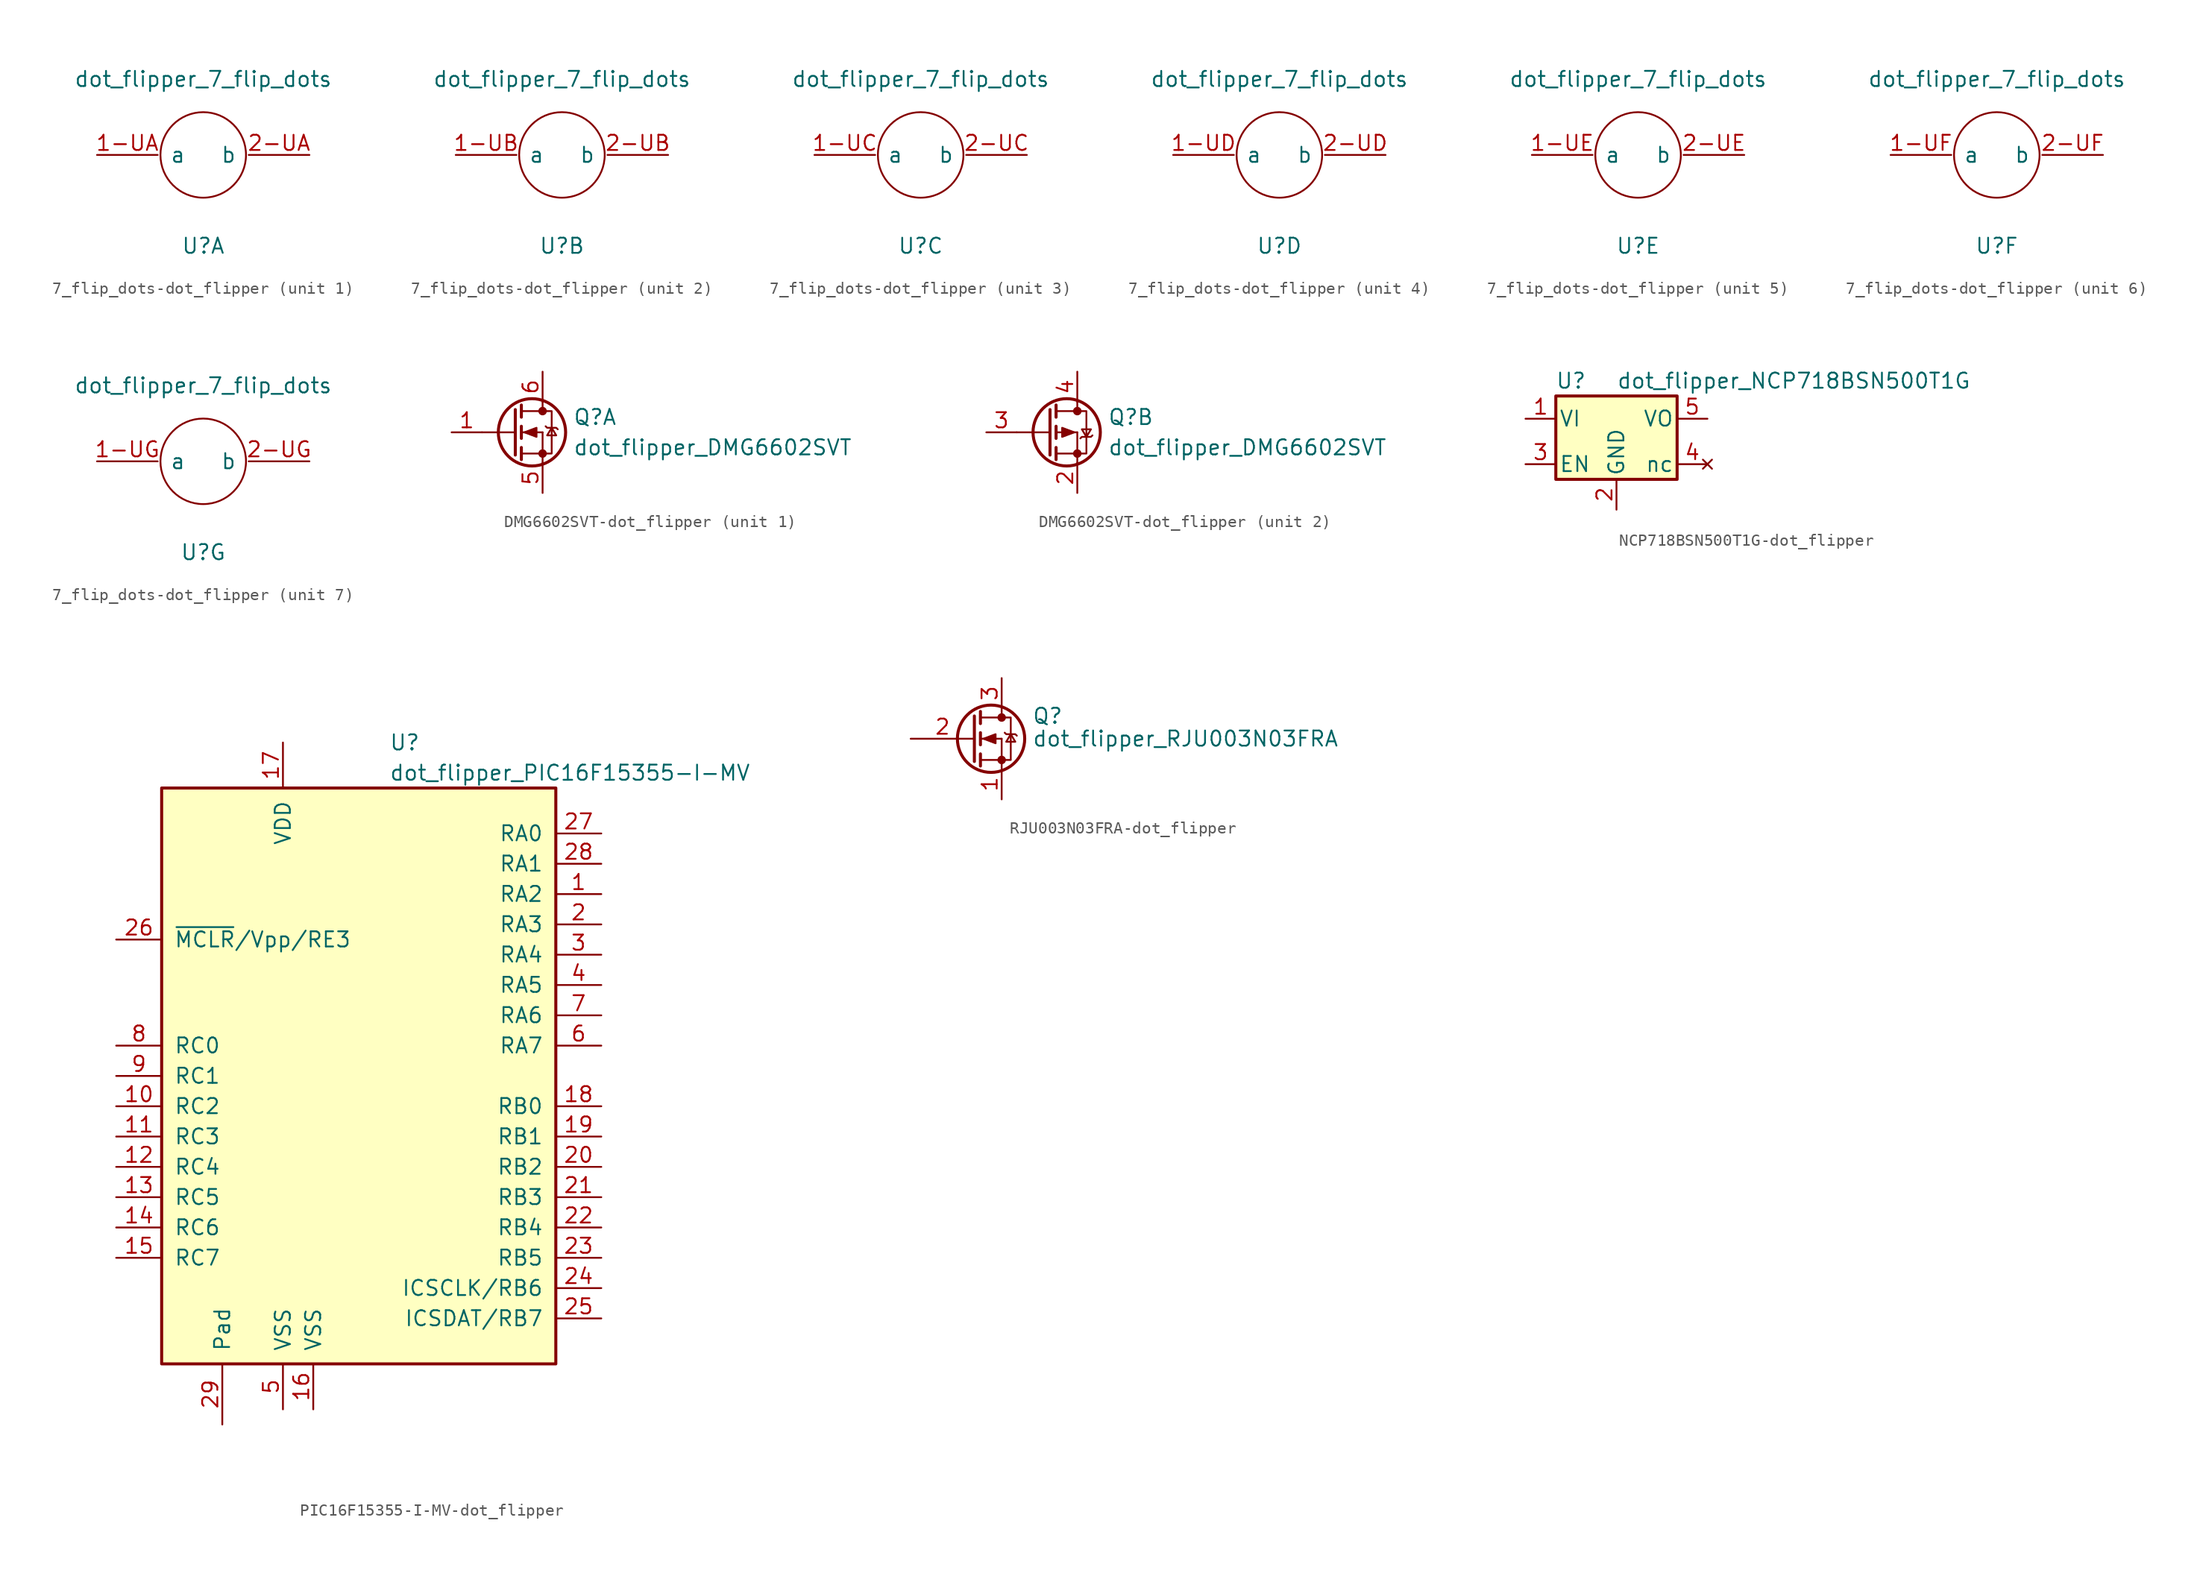
<source format=kicad_sym>
(kicad_symbol_lib
  (version 20231120)
  (generator "kicad_symbol_editor")
  (generator_version "8.0")
  (symbol "7_flip_dots-dot_flipper"
    (pin_names
      (offset 1.016))
    (property "Reference" "U"
      (at 0 -10.16 0)
      (effects (font (size 1.27 1.27))))
    (property "Value" "dot_flipper_7_flip_dots"
      (at 0 3.81 0)
      (effects (font (size 1.27 1.27))))
    (symbol "7_flip_dots-dot_flipper_0_1"
      (circle (center 0 -2.54) (radius 3.581) (stroke (width 0) (type solid)) (fill (type none))))
    (symbol "7_flip_dots-dot_flipper_1_1"
      (pin input line (at -8.89 -2.54 0) (length 5.08) (name "a" (effects (font (size 1.27 1.27)))) (number "1-UA" (effects (font (size 1.27 1.27)))))
      (pin input line (at 8.89 -2.54 180) (length 5.08) (name "b" (effects (font (size 1.27 1.27)))) (number "2-UA" (effects (font (size 1.27 1.27))))))
    (symbol "7_flip_dots-dot_flipper_2_1"
      (pin input line (at -8.89 -2.54 0) (length 5.08) (name "a" (effects (font (size 1.27 1.27)))) (number "1-UB" (effects (font (size 1.27 1.27)))))
      (pin input line (at 8.89 -2.54 180) (length 5.08) (name "b" (effects (font (size 1.27 1.27)))) (number "2-UB" (effects (font (size 1.27 1.27))))))
    (symbol "7_flip_dots-dot_flipper_3_1"
      (pin input line (at -8.89 -2.54 0) (length 5.08) (name "a" (effects (font (size 1.27 1.27)))) (number "1-UC" (effects (font (size 1.27 1.27)))))
      (pin input line (at 8.89 -2.54 180) (length 5.08) (name "b" (effects (font (size 1.27 1.27)))) (number "2-UC" (effects (font (size 1.27 1.27))))))
    (symbol "7_flip_dots-dot_flipper_4_1"
      (pin input line (at -8.89 -2.54 0) (length 5.08) (name "a" (effects (font (size 1.27 1.27)))) (number "1-UD" (effects (font (size 1.27 1.27)))))
      (pin input line (at 8.89 -2.54 180) (length 5.08) (name "b" (effects (font (size 1.27 1.27)))) (number "2-UD" (effects (font (size 1.27 1.27))))))
    (symbol "7_flip_dots-dot_flipper_5_1"
      (pin input line (at -8.89 -2.54 0) (length 5.08) (name "a" (effects (font (size 1.27 1.27)))) (number "1-UE" (effects (font (size 1.27 1.27)))))
      (pin input line (at 8.89 -2.54 180) (length 5.08) (name "b" (effects (font (size 1.27 1.27)))) (number "2-UE" (effects (font (size 1.27 1.27))))))
    (symbol "7_flip_dots-dot_flipper_6_1"
      (pin input line (at -8.89 -2.54 0) (length 5.08) (name "a" (effects (font (size 1.27 1.27)))) (number "1-UF" (effects (font (size 1.27 1.27)))))
      (pin input line (at 8.89 -2.54 180) (length 5.08) (name "b" (effects (font (size 1.27 1.27)))) (number "2-UF" (effects (font (size 1.27 1.27))))))
    (symbol "7_flip_dots-dot_flipper_7_1"
      (pin input line (at -8.89 -2.54 0) (length 5.08) (name "a" (effects (font (size 1.27 1.27)))) (number "1-UG" (effects (font (size 1.27 1.27)))))
      (pin input line (at 8.89 -2.54 180) (length 5.08) (name "b" (effects (font (size 1.27 1.27)))) (number "2-UG" (effects (font (size 1.27 1.27)))))))
  (symbol "DMG6602SVT-dot_flipper"
    (pin_names hide)
    (property "Reference" "Q"
      (at 2.54 1.27 0)
      (effects (font (size 1.27 1.27)) (justify left)))
    (property "Value" "dot_flipper_DMG6602SVT"
      (at 2.54 -1.27 0)
      (effects (font (size 1.27 1.27)) (justify left)))
    (property "ki_locked" ""
      (at 0 0 0)
      (effects (font (size 1.27 1.27))))
    (symbol "DMG6602SVT-dot_flipper_1_1"
      (circle (center -0.889 0) (radius 2.819) (stroke (width 0.254) (type solid)) (fill (type none)))
      (circle (center 0 -1.778) (radius 0.279) (stroke (width 0) (type solid)) (fill (type outline)))
      (polyline (pts (xy -5.08 0) (xy -2.286 0)) (stroke (width 0) (type solid)) (fill (type none)))
      (polyline (pts (xy -1.778 -1.778) (xy 0 -1.778)) (stroke (width 0) (type solid)) (fill (type none)))
      (polyline (pts (xy -1.778 -1.27) (xy -1.778 -2.286)) (stroke (width 0.254) (type solid)) (fill (type none)))
      (polyline (pts (xy -1.778 0) (xy 0 0)) (stroke (width 0) (type solid)) (fill (type none)))
      (polyline (pts (xy -1.778 0.508) (xy -1.778 -0.508)) (stroke (width 0.254) (type solid)) (fill (type none)))
      (polyline (pts (xy -1.778 1.778) (xy 0 1.778)) (stroke (width 0) (type solid)) (fill (type none)))
      (polyline (pts (xy -1.778 2.286) (xy -1.778 1.27)) (stroke (width 0.254) (type solid)) (fill (type none)))
      (polyline (pts (xy 0 -1.778) (xy 0 -2.54)) (stroke (width 0) (type solid)) (fill (type none)))
      (polyline (pts (xy 0 -1.778) (xy 0 0)) (stroke (width 0) (type solid)) (fill (type none)))
      (polyline (pts (xy 0 2.54) (xy 0 1.778)) (stroke (width 0) (type solid)) (fill (type none)))
      (polyline (pts (xy -2.286 1.905) (xy -2.286 -1.905) (xy -2.286 -1.905)) (stroke (width 0.254) (type solid)) (fill (type none)))
      (polyline (pts (xy -1.524 0) (xy -0.508 0.381) (xy -0.508 -0.381) (xy -1.524 0)) (stroke (width 0) (type solid)) (fill (type outline)))
      (polyline (pts (xy 0 -1.778) (xy 0.762 -1.778) (xy 0.762 1.778) (xy 0 1.778)) (stroke (width 0) (type solid)) (fill (type none)))
      (polyline (pts (xy 0.254 0.508) (xy 0.381 0.381) (xy 1.143 0.381) (xy 1.27 0.254)) (stroke (width 0) (type solid)) (fill (type none)))
      (polyline (pts (xy 0.762 0.381) (xy 0.381 -0.254) (xy 1.143 -0.254) (xy 0.762 0.381)) (stroke (width 0) (type solid)) (fill (type none)))
      (circle (center 0 1.778) (radius 0.279) (stroke (width 0) (type solid)) (fill (type outline)))
      (pin passive line (at -7.62 0 0) (length 2.54) (name "G" (effects (font (size 1.27 1.27)))) (number "1" (effects (font (size 1.27 1.27)))))
      (pin passive line (at 0 -5.08 90) (length 2.54) (name "S" (effects (font (size 1.27 1.27)))) (number "5" (effects (font (size 1.27 1.27)))))
      (pin passive line (at 0 5.08 270) (length 2.54) (name "D" (effects (font (size 1.27 1.27)))) (number "6" (effects (font (size 1.27 1.27))))))
    (symbol "DMG6602SVT-dot_flipper_2_1"
      (circle (center -0.889 0) (radius 2.819) (stroke (width 0.254) (type solid)) (fill (type none)))
      (circle (center 0 -1.778) (radius 0.279) (stroke (width 0) (type solid)) (fill (type outline)))
      (polyline (pts (xy -5.08 0) (xy -2.286 0)) (stroke (width 0) (type solid)) (fill (type none)))
      (polyline (pts (xy -1.778 -1.778) (xy 0 -1.778)) (stroke (width 0) (type solid)) (fill (type none)))
      (polyline (pts (xy -1.778 -1.27) (xy -1.778 -2.286)) (stroke (width 0.254) (type solid)) (fill (type none)))
      (polyline (pts (xy -1.778 0) (xy 0 0)) (stroke (width 0) (type solid)) (fill (type none)))
      (polyline (pts (xy -1.778 0.508) (xy -1.778 -0.508)) (stroke (width 0.254) (type solid)) (fill (type none)))
      (polyline (pts (xy -1.778 1.778) (xy 0 1.778)) (stroke (width 0) (type solid)) (fill (type none)))
      (polyline (pts (xy -1.778 2.286) (xy -1.778 1.27)) (stroke (width 0.254) (type solid)) (fill (type none)))
      (polyline (pts (xy 0 -1.778) (xy 0 -2.54)) (stroke (width 0) (type solid)) (fill (type none)))
      (polyline (pts (xy 0 -1.778) (xy 0 0)) (stroke (width 0) (type solid)) (fill (type none)))
      (polyline (pts (xy 0 2.54) (xy 0 1.778)) (stroke (width 0) (type solid)) (fill (type none)))
      (polyline (pts (xy -2.286 1.905) (xy -2.286 -1.905) (xy -2.286 -1.905)) (stroke (width 0.254) (type solid)) (fill (type none)))
      (polyline (pts (xy -0.254 0) (xy -1.27 -0.381) (xy -1.27 0.381) (xy -0.254 0)) (stroke (width 0) (type solid)) (fill (type outline)))
      (polyline (pts (xy 0 -1.778) (xy 0.762 -1.778) (xy 0.762 1.778) (xy 0 1.778)) (stroke (width 0) (type solid)) (fill (type none)))
      (polyline (pts (xy 0.254 -0.508) (xy 0.381 -0.381) (xy 1.143 -0.381) (xy 1.27 -0.254)) (stroke (width 0) (type solid)) (fill (type none)))
      (polyline (pts (xy 0.762 -0.381) (xy 0.381 0.254) (xy 1.143 0.254) (xy 0.762 -0.381)) (stroke (width 0) (type solid)) (fill (type none)))
      (circle (center 0 1.778) (radius 0.279) (stroke (width 0) (type solid)) (fill (type outline)))
      (pin passive line (at 0 -5.08 90) (length 2.54) (name "S" (effects (font (size 1.27 1.27)))) (number "2" (effects (font (size 1.27 1.27)))))
      (pin passive line (at -7.62 0 0) (length 2.54) (name "G" (effects (font (size 1.27 1.27)))) (number "3" (effects (font (size 1.27 1.27)))))
      (pin passive line (at 0 5.08 270) (length 2.54) (name "D" (effects (font (size 1.27 1.27)))) (number "4" (effects (font (size 1.27 1.27)))))))
  (symbol "NCP718BSN500T1G-dot_flipper"
    (pin_names
      (offset 0.254))
    (property "Reference" "U"
      (at -3.81 3.175 0)
      (effects (font (size 1.27 1.27))))
    (property "Value" "dot_flipper_NCP718BSN500T1G"
      (at 0 3.175 0)
      (effects (font (size 1.27 1.27)) (justify left)))
    (symbol "NCP718BSN500T1G-dot_flipper_0_1"
      (rectangle (start -5.08 -5.08) (end 5.08 1.905) (stroke (width 0.254) (type solid)) (fill (type background))))
    (symbol "NCP718BSN500T1G-dot_flipper_1_1"
      (pin power_in line (at -7.62 0 0) (length 2.54) (name "VI" (effects (font (size 1.27 1.27)))) (number "1" (effects (font (size 1.27 1.27)))))
      (pin power_in line (at 0 -7.62 90) (length 2.54) (name "GND" (effects (font (size 1.27 1.27)))) (number "2" (effects (font (size 1.27 1.27)))))
      (pin input line (at -7.62 -3.81 0) (length 2.54) (name "EN" (effects (font (size 1.27 1.27)))) (number "3" (effects (font (size 1.27 1.27)))))
      (pin no_connect line (at 7.62 -3.81 180) (length 2.54) (name "nc" (effects (font (size 1.27 1.27)))) (number "4" (effects (font (size 1.27 1.27)))))
      (pin power_out line (at 7.62 0 180) (length 2.54) (name "VO" (effects (font (size 1.27 1.27)))) (number "5" (effects (font (size 1.27 1.27)))))))
  (symbol "PIC16F15355-I-MV-dot_flipper"
    (pin_names
      (offset 1.016))
    (property "Reference" "U"
      (at 2.54 25.4 0)
      (effects (font (size 1.27 1.27)) (justify left)))
    (property "Value" "dot_flipper_PIC16F15355-I-MV"
      (at 2.54 22.86 0)
      (effects (font (size 1.27 1.27)) (justify left)))
    (symbol "PIC16F15355-I-MV-dot_flipper_0_1"
      (rectangle (start -16.51 -26.67) (end 16.51 21.59) (stroke (width 0.254) (type solid)) (fill (type background))))
    (symbol "PIC16F15355-I-MV-dot_flipper_1_1"
      (pin bidirectional line (at 20.32 12.7 180) (length 3.81) (name "RA2" (effects (font (size 1.27 1.27)))) (number "1" (effects (font (size 1.27 1.27)))))
      (pin bidirectional line (at -20.32 -5.08 0) (length 3.81) (name "RC2" (effects (font (size 1.27 1.27)))) (number "10" (effects (font (size 1.27 1.27)))))
      (pin bidirectional line (at -20.32 -7.62 0) (length 3.81) (name "RC3" (effects (font (size 1.27 1.27)))) (number "11" (effects (font (size 1.27 1.27)))))
      (pin bidirectional line (at -20.32 -10.16 0) (length 3.81) (name "RC4" (effects (font (size 1.27 1.27)))) (number "12" (effects (font (size 1.27 1.27)))))
      (pin bidirectional line (at -20.32 -12.7 0) (length 3.81) (name "RC5" (effects (font (size 1.27 1.27)))) (number "13" (effects (font (size 1.27 1.27)))))
      (pin bidirectional line (at -20.32 -15.24 0) (length 3.81) (name "RC6" (effects (font (size 1.27 1.27)))) (number "14" (effects (font (size 1.27 1.27)))))
      (pin bidirectional line (at -20.32 -17.78 0) (length 3.81) (name "RC7" (effects (font (size 1.27 1.27)))) (number "15" (effects (font (size 1.27 1.27)))))
      (pin power_in line (at -3.81 -30.48 90) (length 3.81) (name "VSS" (effects (font (size 1.27 1.27)))) (number "16" (effects (font (size 1.27 1.27)))))
      (pin power_in line (at -6.35 25.4 270) (length 3.81) (name "VDD" (effects (font (size 1.27 1.27)))) (number "17" (effects (font (size 1.27 1.27)))))
      (pin bidirectional line (at 20.32 -5.08 180) (length 3.81) (name "RB0" (effects (font (size 1.27 1.27)))) (number "18" (effects (font (size 1.27 1.27)))))
      (pin bidirectional line (at 20.32 -7.62 180) (length 3.81) (name "RB1" (effects (font (size 1.27 1.27)))) (number "19" (effects (font (size 1.27 1.27)))))
      (pin bidirectional line (at 20.32 10.16 180) (length 3.81) (name "RA3" (effects (font (size 1.27 1.27)))) (number "2" (effects (font (size 1.27 1.27)))))
      (pin bidirectional line (at 20.32 -10.16 180) (length 3.81) (name "RB2" (effects (font (size 1.27 1.27)))) (number "20" (effects (font (size 1.27 1.27)))))
      (pin bidirectional line (at 20.32 -12.7 180) (length 3.81) (name "RB3" (effects (font (size 1.27 1.27)))) (number "21" (effects (font (size 1.27 1.27)))))
      (pin bidirectional line (at 20.32 -15.24 180) (length 3.81) (name "RB4" (effects (font (size 1.27 1.27)))) (number "22" (effects (font (size 1.27 1.27)))))
      (pin bidirectional line (at 20.32 -17.78 180) (length 3.81) (name "RB5" (effects (font (size 1.27 1.27)))) (number "23" (effects (font (size 1.27 1.27)))))
      (pin bidirectional line (at 20.32 -20.32 180) (length 3.81) (name "ICSCLK/RB6" (effects (font (size 1.27 1.27)))) (number "24" (effects (font (size 1.27 1.27)))))
      (pin bidirectional line (at 20.32 -22.86 180) (length 3.81) (name "ICSDAT/RB7" (effects (font (size 1.27 1.27)))) (number "25" (effects (font (size 1.27 1.27)))))
      (pin input line (at -20.32 8.89 0) (length 3.81) (name "~{MCLR}/Vpp/RE3" (effects (font (size 1.27 1.27)))) (number "26" (effects (font (size 1.27 1.27)))))
      (pin bidirectional line (at 20.32 17.78 180) (length 3.81) (name "RA0" (effects (font (size 1.27 1.27)))) (number "27" (effects (font (size 1.27 1.27)))))
      (pin bidirectional line (at 20.32 15.24 180) (length 3.81) (name "RA1" (effects (font (size 1.27 1.27)))) (number "28" (effects (font (size 1.27 1.27)))))
      (pin power_in line (at -11.43 -31.75 90) (length 5.08) (name "Pad" (effects (font (size 1.27 1.27)))) (number "29" (effects (font (size 1.27 1.27)))))
      (pin bidirectional line (at 20.32 7.62 180) (length 3.81) (name "RA4" (effects (font (size 1.27 1.27)))) (number "3" (effects (font (size 1.27 1.27)))))
      (pin bidirectional line (at 20.32 5.08 180) (length 3.81) (name "RA5" (effects (font (size 1.27 1.27)))) (number "4" (effects (font (size 1.27 1.27)))))
      (pin power_in line (at -6.35 -30.48 90) (length 3.81) (name "VSS" (effects (font (size 1.27 1.27)))) (number "5" (effects (font (size 1.27 1.27)))))
      (pin bidirectional line (at 20.32 0 180) (length 3.81) (name "RA7" (effects (font (size 1.27 1.27)))) (number "6" (effects (font (size 1.27 1.27)))))
      (pin bidirectional line (at 20.32 2.54 180) (length 3.81) (name "RA6" (effects (font (size 1.27 1.27)))) (number "7" (effects (font (size 1.27 1.27)))))
      (pin bidirectional line (at -20.32 0 0) (length 3.81) (name "RC0" (effects (font (size 1.27 1.27)))) (number "8" (effects (font (size 1.27 1.27)))))
      (pin bidirectional line (at -20.32 -2.54 0) (length 3.81) (name "RC1" (effects (font (size 1.27 1.27)))) (number "9" (effects (font (size 1.27 1.27)))))))
  (symbol "RJU003N03FRA-dot_flipper"
    (pin_names
      (offset 0) hide)
    (property "Reference" "Q"
      (at 5.08 1.905 0)
      (effects (font (size 1.27 1.27)) (justify left)))
    (property "Value" "dot_flipper_RJU003N03FRA"
      (at 5.08 0 0)
      (effects (font (size 1.27 1.27)) (justify left)))
    (symbol "RJU003N03FRA-dot_flipper_0_1"
      (polyline (pts (xy 0.762 -1.778) (xy 2.54 -1.778)) (stroke (width 0) (type solid)) (fill (type none)))
      (polyline (pts (xy 0.762 -1.27) (xy 0.762 -2.286)) (stroke (width 0.254) (type solid)) (fill (type none)))
      (polyline (pts (xy 0.762 0) (xy 2.54 0)) (stroke (width 0) (type solid)) (fill (type none)))
      (polyline (pts (xy 0.762 0.508) (xy 0.762 -0.508)) (stroke (width 0.254) (type solid)) (fill (type none)))
      (polyline (pts (xy 0.762 1.778) (xy 2.54 1.778)) (stroke (width 0) (type solid)) (fill (type none)))
      (polyline (pts (xy 0.762 2.286) (xy 0.762 1.27)) (stroke (width 0.254) (type solid)) (fill (type none)))
      (polyline (pts (xy 2.54 -1.778) (xy 2.54 -2.54)) (stroke (width 0) (type solid)) (fill (type none)))
      (polyline (pts (xy 2.54 -1.778) (xy 2.54 0)) (stroke (width 0) (type solid)) (fill (type none)))
      (polyline (pts (xy 2.54 2.54) (xy 2.54 1.778)) (stroke (width 0) (type solid)) (fill (type none)))
      (polyline (pts (xy 0.254 1.905) (xy 0.254 -1.905) (xy 0.254 -1.905)) (stroke (width 0.254) (type solid)) (fill (type none)))
      (polyline (pts (xy 1.016 0) (xy 2.032 0.381) (xy 2.032 -0.381) (xy 1.016 0)) (stroke (width 0) (type solid)) (fill (type outline)))
      (polyline (pts (xy 2.54 -1.778) (xy 3.302 -1.778) (xy 3.302 1.778) (xy 2.54 1.778)) (stroke (width 0) (type solid)) (fill (type none)))
      (polyline (pts (xy 2.794 0.508) (xy 2.921 0.381) (xy 3.683 0.381) (xy 3.81 0.254)) (stroke (width 0) (type solid)) (fill (type none)))
      (polyline (pts (xy 3.302 0.381) (xy 2.921 -0.254) (xy 3.683 -0.254) (xy 3.302 0.381)) (stroke (width 0) (type solid)) (fill (type none)))
      (circle (center 1.651 0) (radius 2.819) (stroke (width 0.254) (type solid)) (fill (type none)))
      (circle (center 2.54 -1.778) (radius 0.279) (stroke (width 0) (type solid)) (fill (type outline)))
      (circle (center 2.54 1.778) (radius 0.279) (stroke (width 0) (type solid)) (fill (type outline))))
    (symbol "RJU003N03FRA-dot_flipper_1_1"
      (pin passive line (at 2.54 -5.08 90) (length 2.54) (name "S" (effects (font (size 1.27 1.27)))) (number "1" (effects (font (size 1.27 1.27)))))
      (pin input line (at -5.08 0 0) (length 5.334) (name "G" (effects (font (size 1.27 1.27)))) (number "2" (effects (font (size 1.27 1.27)))))
      (pin passive line (at 2.54 5.08 270) (length 2.54) (name "D" (effects (font (size 1.27 1.27)))) (number "3" (effects (font (size 1.27 1.27))))))))
</source>
